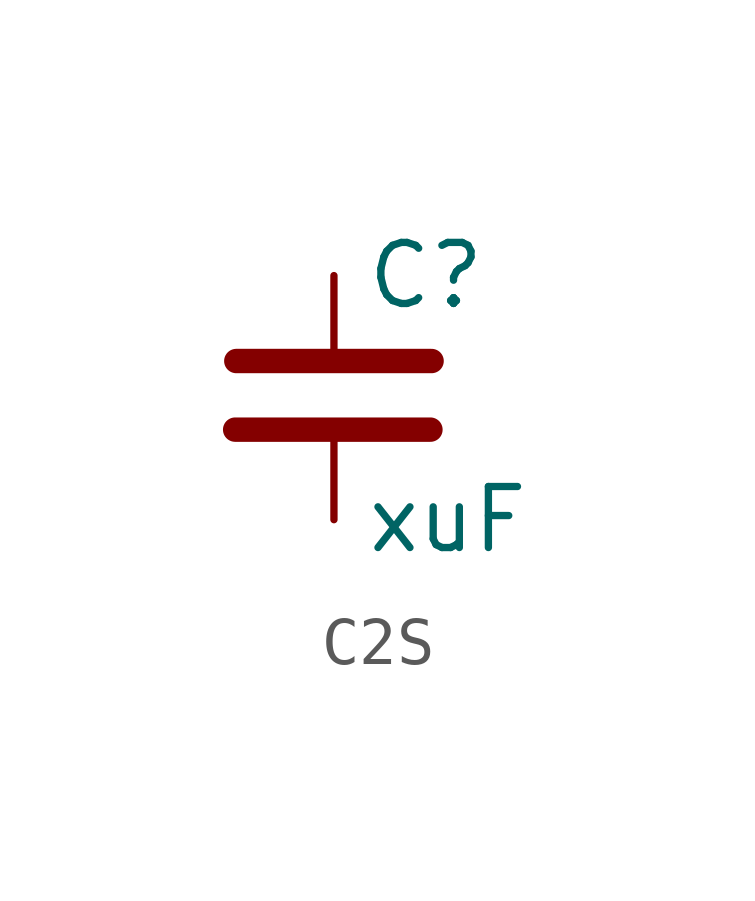
<source format=kicad_sym>
(kicad_symbol_lib
  (version 20241209)
  (generator "kicad_symbol_editor")
  (generator_version "9.0")
  (symbol "C2S"
    (pin_numbers
      (hide yes))
    (pin_names
      (offset 0.254)
      (hide yes))
    (property "Reference" "C"
      (at 0.635 2.54 0)
      (effects (font (size 1.27 1.27)) (justify left)))
    (property "Value" "xuF"
      (at 0.635 -2.54 0)
      (effects (font (size 1.27 1.27)) (justify left)))
    (symbol "C2S_0_1"
      (polyline (pts (xy -2.056 -0.666) (xy 2.008 -0.666)) (stroke (width 0.508) (type default)) (fill (type none)))
      (polyline (pts (xy -2.032 0.762) (xy 2.032 0.762)) (stroke (width 0.508) (type default)) (fill (type none))))
    (symbol "C2S_1_1"
      (pin passive line (at 0 2.54 270) (length 1.524) (name "~" (effects (font (size 1.27 1.27)))) (number "1" (effects (font (size 1.27 1.27)))))
      (pin passive line (at 0 -2.54 90) (length 2.032) (name "~" (effects (font (size 1.27 1.27)))) (number "2" (effects (font (size 1.27 1.27))))))))
</source>
